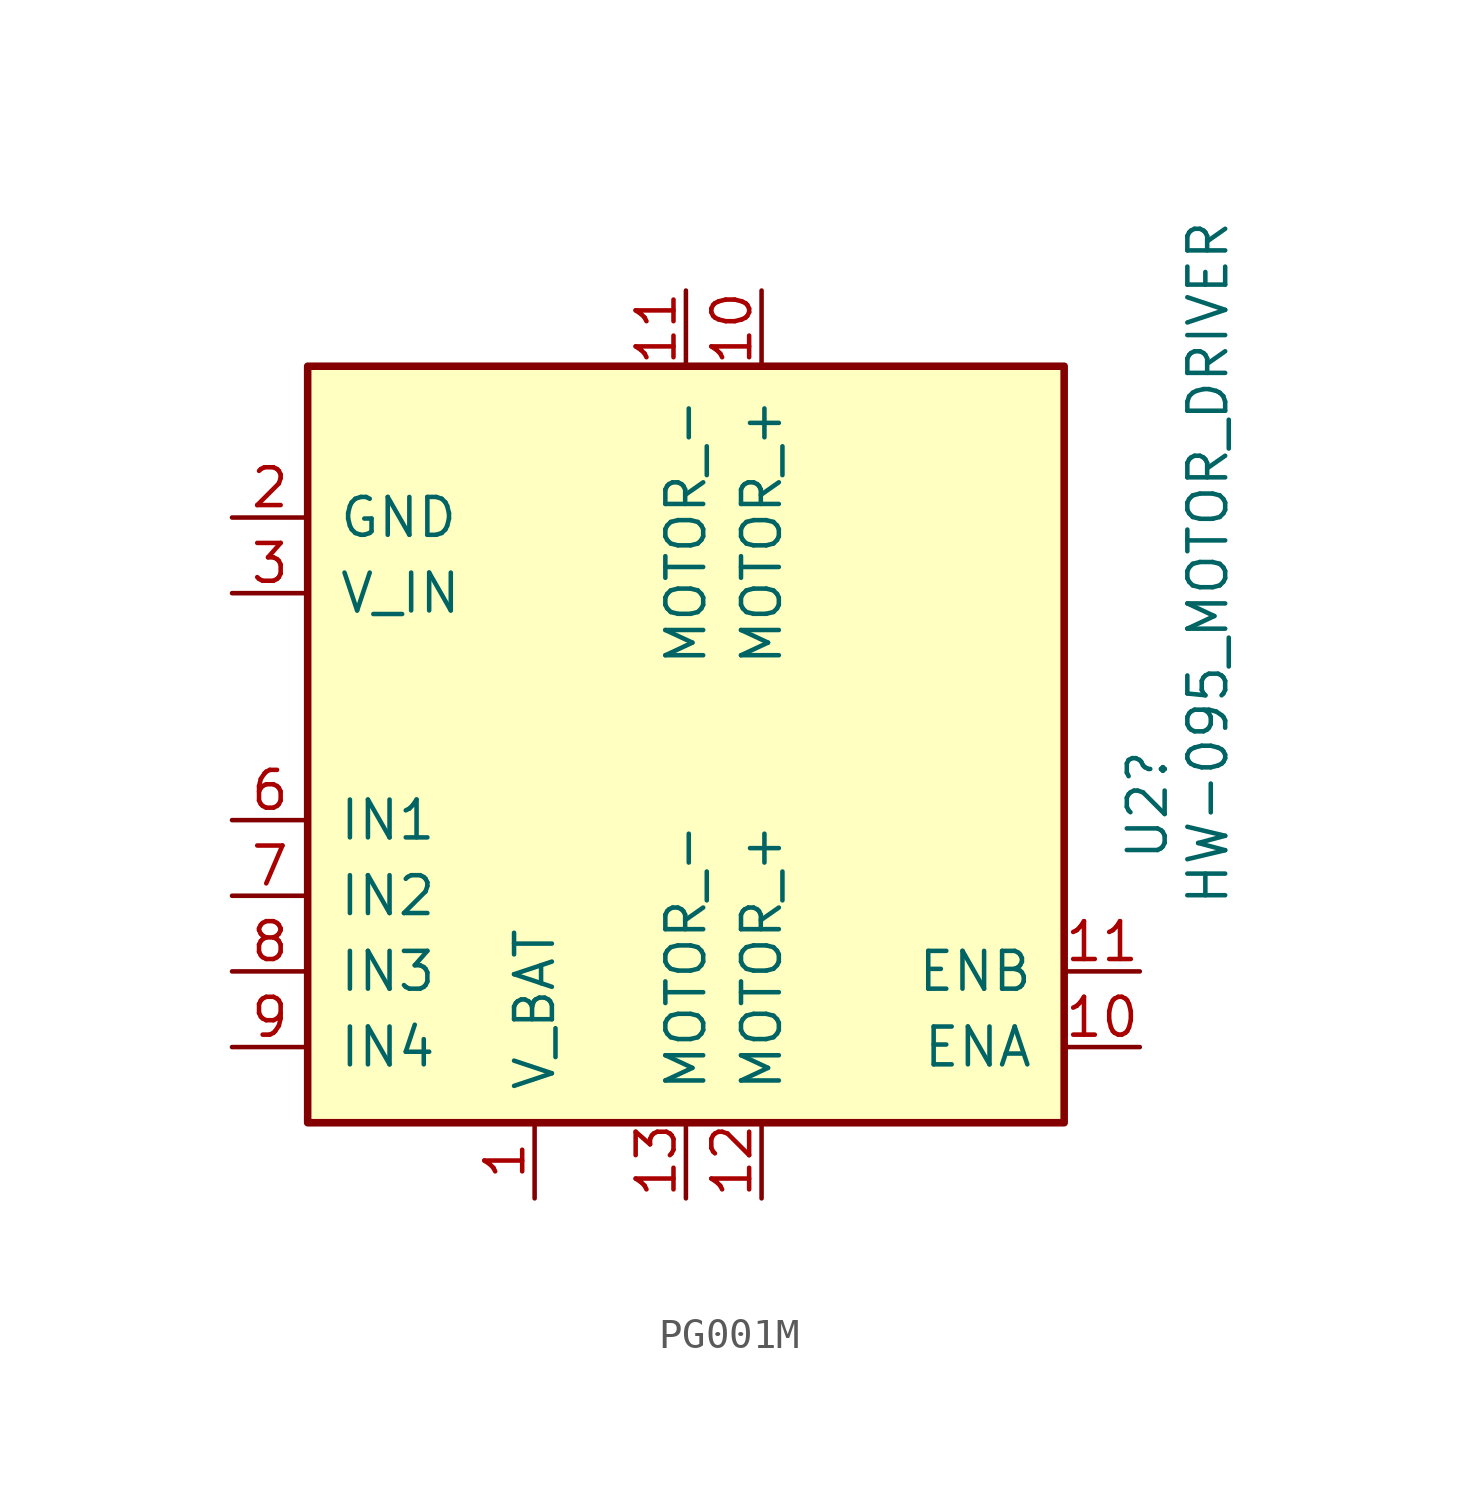
<source format=kicad_sym>
(kicad_symbol_lib
  (version 20231120)
  (generator "kicad_symbol_editor")
  (generator_version "8.0")
  (symbol "PG001M"
    (pin_names
      (offset 1.016))
    (property "Reference" "U2"
      (at 15.494 -2.032 90)
      (effects (font (size 1.27 1.27))))
    (property "Value" "HW-095_MOTOR_DRIVER"
      (at 17.526 6.096 90)
      (effects (font (size 1.27 1.27))))
    (symbol "PG001M_0_1"
      (rectangle (start 12.7 -12.7) (end -12.7 12.7) (stroke (width 0.254) (type default)) (fill (type background))))
    (symbol "PG001M_1_1"
      (pin input line (at -5.08 -15.24 90) (length 2.54) (name "V_BAT" (effects (font (size 1.27 1.27)))) (number "1" (effects (font (size 1.27 1.27)))))
      (pin output line (at 15.24 -10.16 180) (length 2.54) (name "ENA" (effects (font (size 1.27 1.27)))) (number "10" (effects (font (size 1.27 1.27)))))
      (pin output line (at 2.54 15.24 270) (length 2.54) (name "MOTOR_+" (effects (font (size 1.27 1.27)))) (number "10" (effects (font (size 1.27 1.27)))))
      (pin output line (at 15.24 -7.62 180) (length 2.54) (name "ENB" (effects (font (size 1.27 1.27)))) (number "11" (effects (font (size 1.27 1.27)))))
      (pin output line (at 0 15.24 270) (length 2.54) (name "MOTOR_-" (effects (font (size 1.27 1.27)))) (number "11" (effects (font (size 1.27 1.27)))))
      (pin output line (at 2.54 -15.24 90) (length 2.54) (name "MOTOR_+" (effects (font (size 1.27 1.27)))) (number "12" (effects (font (size 1.27 1.27)))))
      (pin power_in line (at 0 -15.24 90) (length 2.54) (name "MOTOR_-" (effects (font (size 1.27 1.27)))) (number "13" (effects (font (size 1.27 1.27)))))
      (pin input line (at -15.24 7.62 0) (length 2.54) (name "GND" (effects (font (size 1.27 1.27)))) (number "2" (effects (font (size 1.27 1.27)))))
      (pin input line (at -15.24 5.08 0) (length 2.54) (name "V_IN" (effects (font (size 1.27 1.27)))) (number "3" (effects (font (size 1.27 1.27)))))
      (pin input line (at -15.24 -2.54 0) (length 2.54) (name "IN1" (effects (font (size 1.27 1.27)))) (number "6" (effects (font (size 1.27 1.27)))))
      (pin input line (at -15.24 -5.08 0) (length 2.54) (name "IN2" (effects (font (size 1.27 1.27)))) (number "7" (effects (font (size 1.27 1.27)))))
      (pin input line (at -15.24 -7.62 0) (length 2.54) (name "IN3" (effects (font (size 1.27 1.27)))) (number "8" (effects (font (size 1.27 1.27)))))
      (pin input line (at -15.24 -10.16 0) (length 2.54) (name "IN4" (effects (font (size 1.27 1.27)))) (number "9" (effects (font (size 1.27 1.27))))))))
</source>
